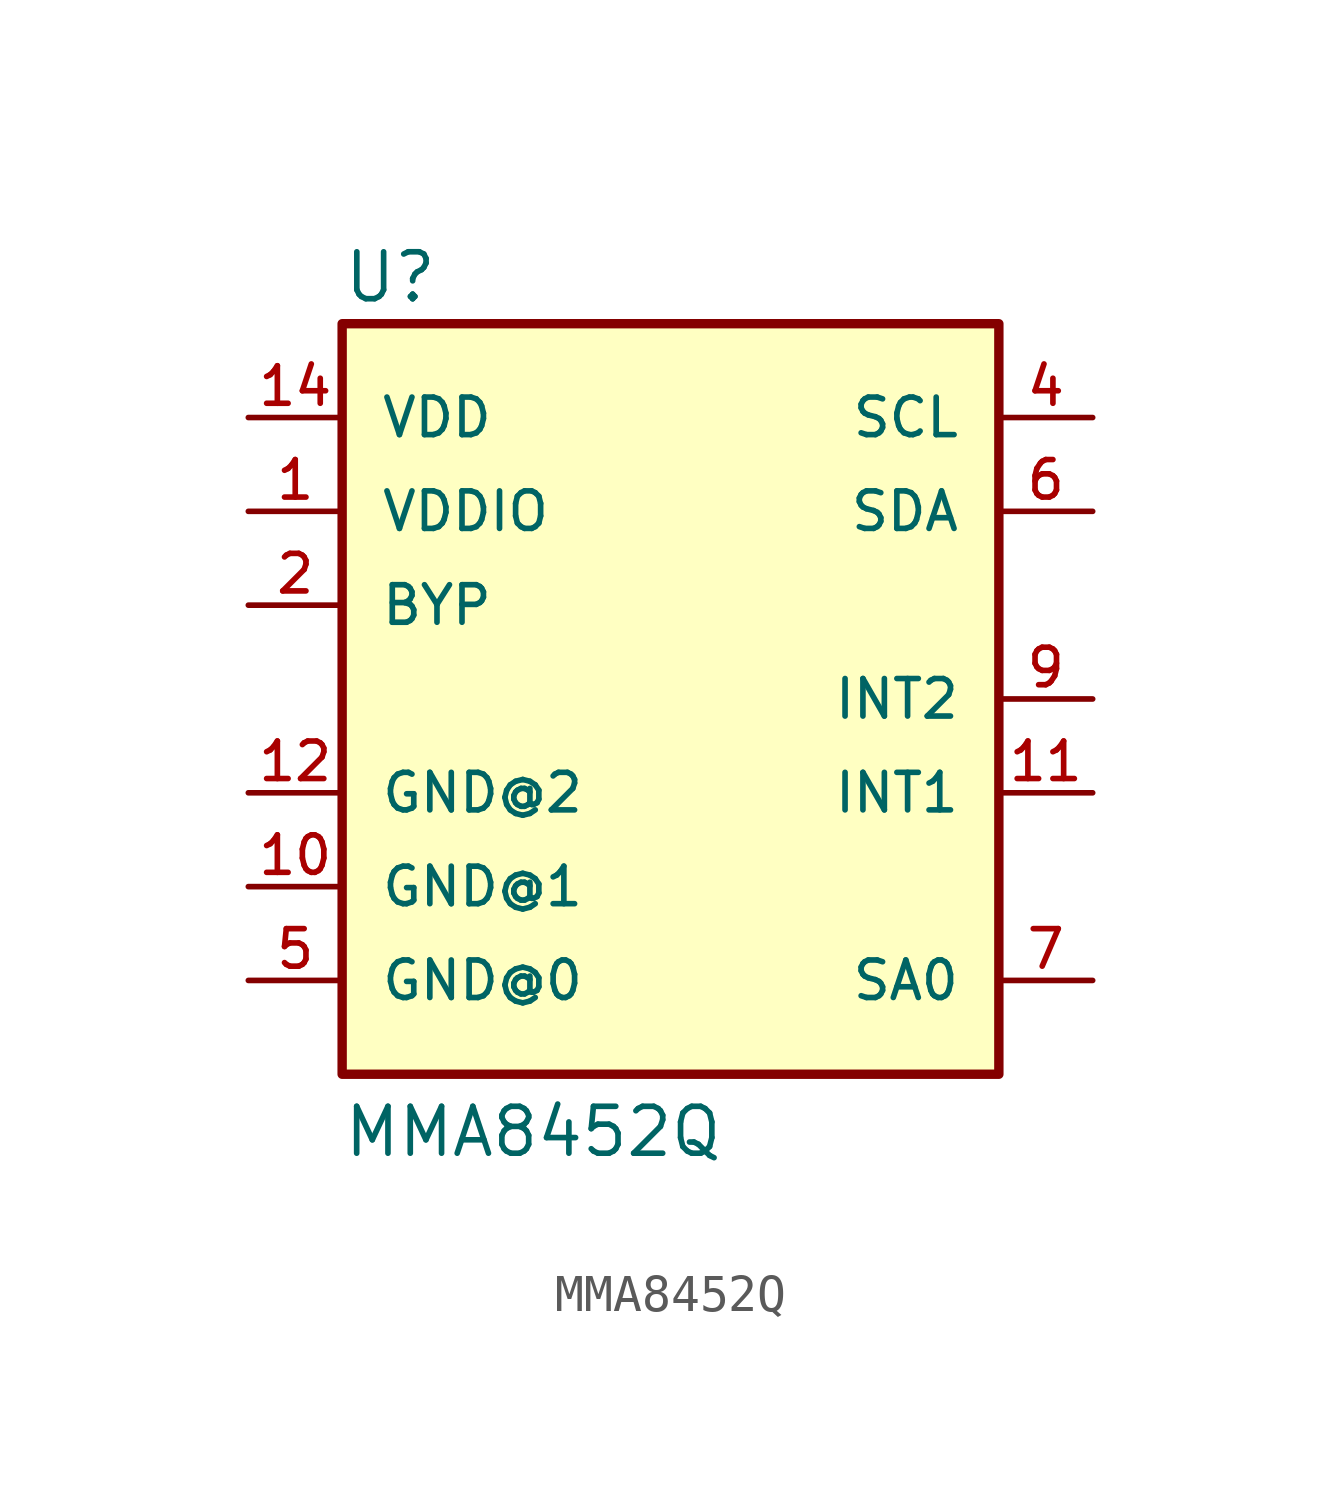
<source format=kicad_sym>
(kicad_symbol_lib
  (version 20211014)
  (generator kicad_symbol_editor)
  (symbol "MMA8452Q"
    (pin_names
      (offset 1.016))
    (property "Reference" "U"
      (at -7.625 10.674 0)
      (effects (font (size 1.27 1.27)) (justify bottom left)))
    (property "Value" "MMA8452Q"
      (at -7.629 -12.461 0)
      (effects (font (size 1.27 1.27)) (justify bottom left)))
    (symbol "MMA8452Q_0_0"
      (rectangle (start -7.62 -10.16) (end 10.16 10.16) (stroke (width 0.254)) (fill (type background)))
      (pin bidirectional line (at -10.16 5.08 0) (length 2.54) (name "VDDIO" (effects (font (size 1.016 1.016)))) (number "1" (effects (font (size 1.016 1.016)))))
      (pin bidirectional line (at -10.16 2.54 0) (length 2.54) (name "BYP" (effects (font (size 1.016 1.016)))) (number "2" (effects (font (size 1.016 1.016)))))
      (pin bidirectional line (at 12.7 7.62 180.0) (length 2.54) (name "SCL" (effects (font (size 1.016 1.016)))) (number "4" (effects (font (size 1.016 1.016)))))
      (pin bidirectional line (at -10.16 -7.62 0) (length 2.54) (name "GND@0" (effects (font (size 1.016 1.016)))) (number "5" (effects (font (size 1.016 1.016)))))
      (pin bidirectional line (at 12.7 5.08 180.0) (length 2.54) (name "SDA" (effects (font (size 1.016 1.016)))) (number "6" (effects (font (size 1.016 1.016)))))
      (pin bidirectional line (at 12.7 -7.62 180.0) (length 2.54) (name "SA0" (effects (font (size 1.016 1.016)))) (number "7" (effects (font (size 1.016 1.016)))))
      (pin bidirectional line (at 12.7 0.0 180.0) (length 2.54) (name "INT2" (effects (font (size 1.016 1.016)))) (number "9" (effects (font (size 1.016 1.016)))))
      (pin bidirectional line (at -10.16 -5.08 0) (length 2.54) (name "GND@1" (effects (font (size 1.016 1.016)))) (number "10" (effects (font (size 1.016 1.016)))))
      (pin bidirectional line (at 12.7 -2.54 180.0) (length 2.54) (name "INT1" (effects (font (size 1.016 1.016)))) (number "11" (effects (font (size 1.016 1.016)))))
      (pin bidirectional line (at -10.16 -2.54 0) (length 2.54) (name "GND@2" (effects (font (size 1.016 1.016)))) (number "12" (effects (font (size 1.016 1.016)))))
      (pin bidirectional line (at -10.16 7.62 0) (length 2.54) (name "VDD" (effects (font (size 1.016 1.016)))) (number "14" (effects (font (size 1.016 1.016))))))))
</source>
